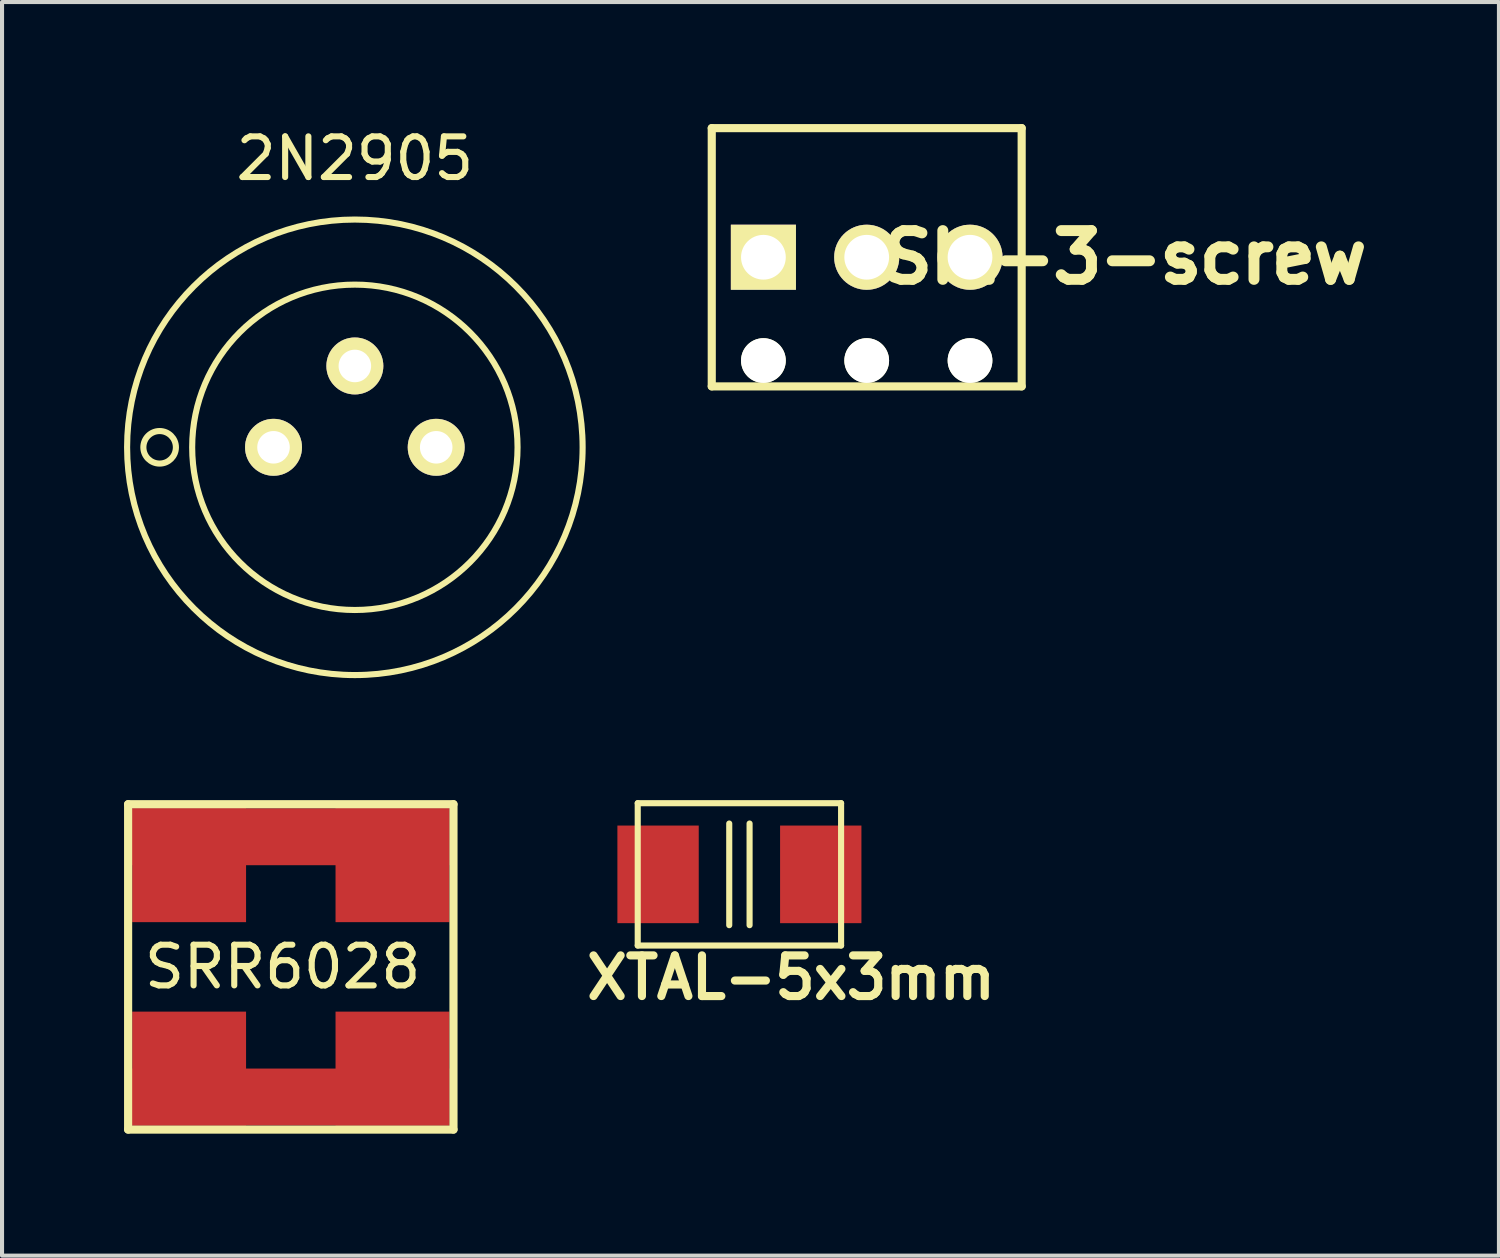
<source format=kicad_pcb>
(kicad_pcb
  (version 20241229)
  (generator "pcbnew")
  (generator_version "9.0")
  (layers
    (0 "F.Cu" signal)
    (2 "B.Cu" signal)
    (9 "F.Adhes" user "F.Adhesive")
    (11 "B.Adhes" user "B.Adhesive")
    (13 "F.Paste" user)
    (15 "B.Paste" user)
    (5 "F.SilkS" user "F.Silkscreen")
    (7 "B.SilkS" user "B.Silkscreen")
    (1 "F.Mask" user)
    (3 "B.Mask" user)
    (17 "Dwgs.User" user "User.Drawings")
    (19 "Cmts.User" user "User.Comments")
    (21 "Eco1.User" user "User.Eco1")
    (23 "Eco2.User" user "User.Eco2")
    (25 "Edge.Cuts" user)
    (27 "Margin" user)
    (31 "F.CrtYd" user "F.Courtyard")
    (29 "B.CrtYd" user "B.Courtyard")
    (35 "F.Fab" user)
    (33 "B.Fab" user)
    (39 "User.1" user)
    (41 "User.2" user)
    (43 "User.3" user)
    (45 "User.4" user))
  (footprint "SRR6028"
    (layer "F.Cu")
    (at 4.1 20.723)
    (property "Reference" "SRR6028" (at -0.2 0 0) (layer "F.SilkS") (effects (font (size 1 1) (thickness 0.15))))
    (attr smd)
    (fp_line (start -4 -4) (end 4 -4) (stroke (width 0.2) (type solid)) (layer "F.SilkS"))
    (fp_line (start -4 4) (end -4 -4) (stroke (width 0.2) (type solid)) (layer "F.SilkS"))
    (fp_line (start 4 -4) (end 4 4) (stroke (width 0.2) (type solid)) (layer "F.SilkS"))
    (fp_line (start 4 4) (end -4 4) (stroke (width 0.2) (type solid)) (layer "F.SilkS"))
    (pad "1" smd rect (at -2.5 -2.5) (size 2.8 2.8) (layers "F.Cu" "F.Mask" "F.Paste"))
    (pad "1" smd rect (at 0 -3.2) (size 7.8 1.4) (layers "F.Cu" "F.Mask" "F.Paste"))
    (pad "1" smd rect (at 2.5 -2.5) (size 2.8 2.8) (layers "F.Cu" "F.Mask" "F.Paste"))
    (pad "2" smd rect (at -2.5 2.5) (size 2.8 2.8) (layers "F.Cu" "F.Mask" "F.Paste"))
    (pad "2" smd rect (at 0 3.2) (size 7.8 1.4) (layers "F.Cu" "F.Mask" "F.Paste"))
    (pad "2" smd rect (at 2.5 2.5) (size 2.8 2.8) (layers "F.Cu" "F.Mask" "F.Paste")))
  (footprint "SIL-3-screw"
    (layer "F.Cu")
    (at 18.26 3.275)
    (property "Reference" "SIL-3-screw" (at 6.353 0.003 0) (layer "F.SilkS") (effects (font (size 1.199 1.199) (thickness 0.269))))
    (attr through_hole)
    (fp_line (start -3.81 -3.175) (end 3.81 -3.175) (stroke (width 0.2) (type solid)) (layer "F.SilkS"))
    (fp_line (start -3.81 3.175) (end -3.81 -3.175) (stroke (width 0.2) (type solid)) (layer "F.SilkS"))
    (fp_line (start 3.81 -3.175) (end 3.81 3.175) (stroke (width 0.2) (type solid)) (layer "F.SilkS"))
    (fp_line (start 3.81 3.175) (end -3.81 3.175) (stroke (width 0.2) (type solid)) (layer "F.SilkS"))
    (pad "" np_thru_hole circle (at -2.54 2.54) (size 1.1 1.1) (drill 1.1) (layers "*.Cu" "*.Mask" "F.SilkS"))
    (pad "" np_thru_hole circle (at 0 2.54) (size 1.1 1.1) (drill 1.1) (layers "*.Cu" "*.Mask" "F.SilkS"))
    (pad "" np_thru_hole circle (at 2.54 2.54) (size 1.1 1.1) (drill 1.1) (layers "*.Cu" "*.Mask" "F.SilkS"))
    (pad "1" thru_hole rect (at -2.54 0) (size 1.6 1.6) (drill 1.1) (layers "*.Cu" "*.Mask" "F.SilkS"))
    (pad "2" thru_hole circle (at 0 0) (size 1.6 1.6) (drill 1.1) (layers "*.Cu" "*.Mask" "F.SilkS"))
    (pad "3" thru_hole circle (at 2.54 0) (size 1.6 1.6) (drill 1.1) (layers "*.Cu" "*.Mask" "F.SilkS")))
  (footprint "XTAL-5x3mm"
    (layer "F.Cu")
    (at 15.13 18.448)
    (property "Reference" "XTAL-5x3mm" (at 1.27 2.54 0) (layer "F.SilkS") (effects (font (size 1 1) (thickness 0.2))))
    (attr through_hole)
    (fp_line (start -2.5 -1.75) (end 2.5 -1.75) (stroke (width 0.15) (type solid)) (layer "F.SilkS"))
    (fp_line (start -2.5 1.75) (end -2.5 -1.75) (stroke (width 0.15) (type solid)) (layer "F.SilkS"))
    (fp_line (start -0.25 -1.25) (end -0.25 1.25) (stroke (width 0.15) (type solid)) (layer "F.SilkS"))
    (fp_line (start 0.25 -1.25) (end 0.25 1.25) (stroke (width 0.15) (type solid)) (layer "F.SilkS"))
    (fp_line (start 2.5 -1.75) (end 2.5 1.75) (stroke (width 0.15) (type solid)) (layer "F.SilkS"))
    (fp_line (start 2.5 1.75) (end -2.5 1.75) (stroke (width 0.15) (type solid)) (layer "F.SilkS"))
    (pad "1" smd rect (at -2 0) (size 2 2.4) (layers "F.Cu" "F.Mask" "F.Paste"))
    (pad "2" smd rect (at 2 0) (size 2 2.4) (layers "F.Cu" "F.Mask" "F.Paste")))
  (footprint "2N2905"
    (layer "F.Cu")
    (at 5.675 7.948)
    (property "Reference" "2N2905" (at 0 -7.1 0) (layer "F.SilkS") (effects (font (size 1 1) (thickness 0.15))))
    (attr through_hole)
    (fp_circle (center -4.8 0) (end -4.8 0.4) (stroke (width 0.15) (type solid)) (fill no) (layer "F.SilkS"))
    (fp_circle (center 0 0) (end 4 0) (stroke (width 0.15) (type solid)) (fill no) (layer "F.SilkS"))
    (fp_circle (center 0 0) (end 5.6 0) (stroke (width 0.15) (type solid)) (fill no) (layer "F.SilkS"))
    (pad "1" thru_hole circle (at -2 0) (size 1.4 1.4) (drill 0.8) (layers "*.Cu" "*.Mask" "F.SilkS"))
    (pad "2" thru_hole circle (at 0 -2) (size 1.4 1.4) (drill 0.8) (layers "*.Cu" "*.Mask" "F.SilkS"))
    (pad "3" thru_hole circle (at 2 0) (size 1.4 1.4) (drill 0.8) (layers "*.Cu" "*.Mask" "F.SilkS")))
  (gr_rect
    (start -3 -3)
    (end 33.805 27.823)
    (stroke (width 0.1) (type default))
    (fill no)
    (layer "Edge.Cuts")))
</source>
